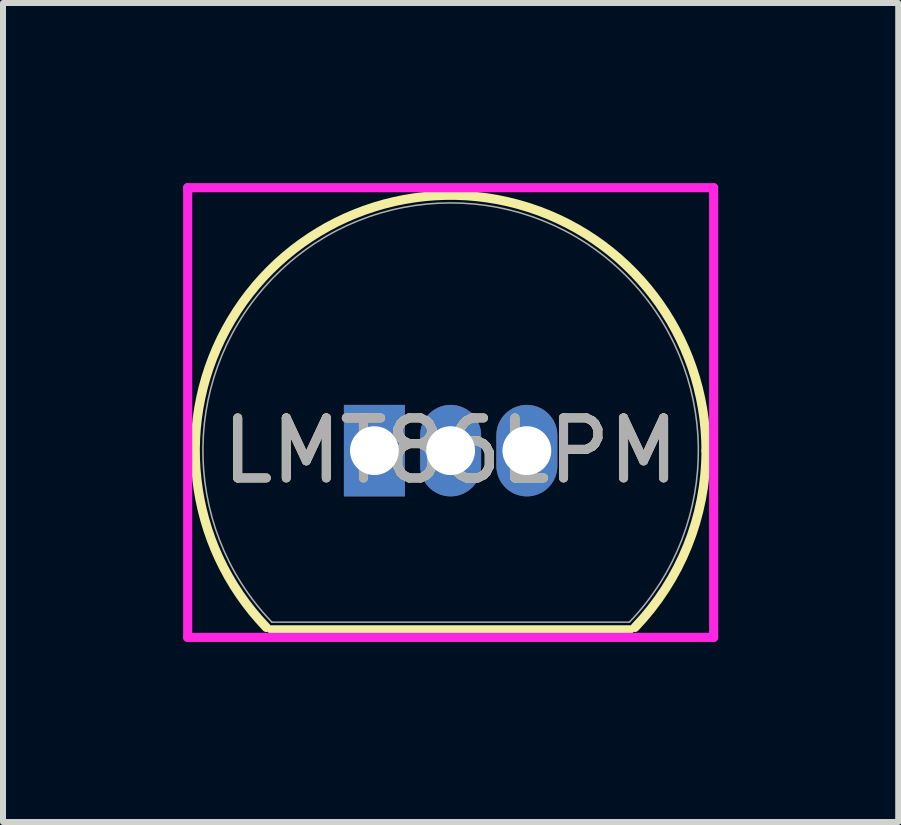
<source format=kicad_pcb>
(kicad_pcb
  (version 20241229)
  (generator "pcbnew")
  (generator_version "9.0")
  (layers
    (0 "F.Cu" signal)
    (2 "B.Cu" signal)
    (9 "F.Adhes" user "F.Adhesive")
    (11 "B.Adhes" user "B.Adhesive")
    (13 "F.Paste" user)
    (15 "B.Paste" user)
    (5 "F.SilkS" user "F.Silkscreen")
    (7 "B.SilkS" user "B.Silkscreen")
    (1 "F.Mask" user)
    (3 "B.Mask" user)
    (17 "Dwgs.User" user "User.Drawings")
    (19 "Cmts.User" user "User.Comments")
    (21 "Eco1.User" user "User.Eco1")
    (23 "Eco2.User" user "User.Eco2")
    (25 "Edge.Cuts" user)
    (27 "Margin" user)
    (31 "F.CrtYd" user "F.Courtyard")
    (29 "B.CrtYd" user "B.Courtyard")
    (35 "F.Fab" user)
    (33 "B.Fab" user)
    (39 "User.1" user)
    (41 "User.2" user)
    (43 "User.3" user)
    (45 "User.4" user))
  (footprint "LMT86LPM"
    (layer "F.Cu")
    (at 3.188 4.458)
    (property "Reference" "LMT86LPM" (at 1.27 0 0) (unlocked yes) (layer "F.SilkS") (effects (font (size 1 1) (thickness 0.15))))
    (attr through_hole)
    (fp_line (start -1.708 2.985) (end 4.248 2.985) (stroke (width 0.152) (type solid)) (layer "F.SilkS"))
    (fp_arc (start -1.80006 2.94542) (mid -0.317324 -3.947299) (end 5.5245 0) (stroke (width 0.1524) (type solid)) (layer "F.SilkS"))
    (fp_arc (start 5.5245 0) (mid 5.217299 1.587324) (end 4.340061 2.945419) (stroke (width 0.1524) (type solid)) (layer "F.SilkS"))
    (fp_line (start -3.111 -4.381) (end 5.652 -4.381) (stroke (width 0.152) (type solid)) (layer "F.CrtYd"))
    (fp_line (start -3.111 3.111) (end -3.111 -4.381) (stroke (width 0.152) (type solid)) (layer "F.CrtYd"))
    (fp_line (start 5.652 -4.381) (end 5.652 3.111) (stroke (width 0.152) (type solid)) (layer "F.CrtYd"))
    (fp_line (start 5.652 3.111) (end -3.111 3.111) (stroke (width 0.152) (type solid)) (layer "F.CrtYd"))
    (fp_line (start -1.708 2.857) (end 4.248 2.857) (stroke (width 0.025) (type solid)) (layer "F.Fab"))
    (fp_line (start -0.254 0) (end 0.254 0) (stroke (width 0.152) (type solid)) (layer "F.Fab"))
    (fp_line (start 0 0.254) (end 0 -0.254) (stroke (width 0.152) (type solid)) (layer "F.Fab"))
    (fp_arc (start -1.708415 2.857499) (mid 1.270001 -4.1275) (end 4.248414 2.8575) (stroke (width 0.0254) (type solid)) (layer "F.Fab"))
    (fp_text user "${REFERENCE}" (at 1.27 0 0) (unlocked yes) (layer "F.Fab") (effects (font (size 1 1) (thickness 0.15))))
    (pad "1" thru_hole rect (at 0 0) (size 1.016 1.524) (drill 0.813) (layers "*.Cu" "*.Mask"))
    (pad "2" thru_hole oval (at 1.27 0) (size 1.016 1.524) (drill 0.813) (layers "*.Cu" "*.Mask"))
    (pad "3" thru_hole oval (at 2.54 0) (size 1.016 1.524) (drill 0.813) (layers "*.Cu" "*.Mask")))
  (gr_rect
    (start -3 -3)
    (end 11.915 10.645)
    (stroke (width 0.1) (type default))
    (fill no)
    (layer "Edge.Cuts")))
</source>
